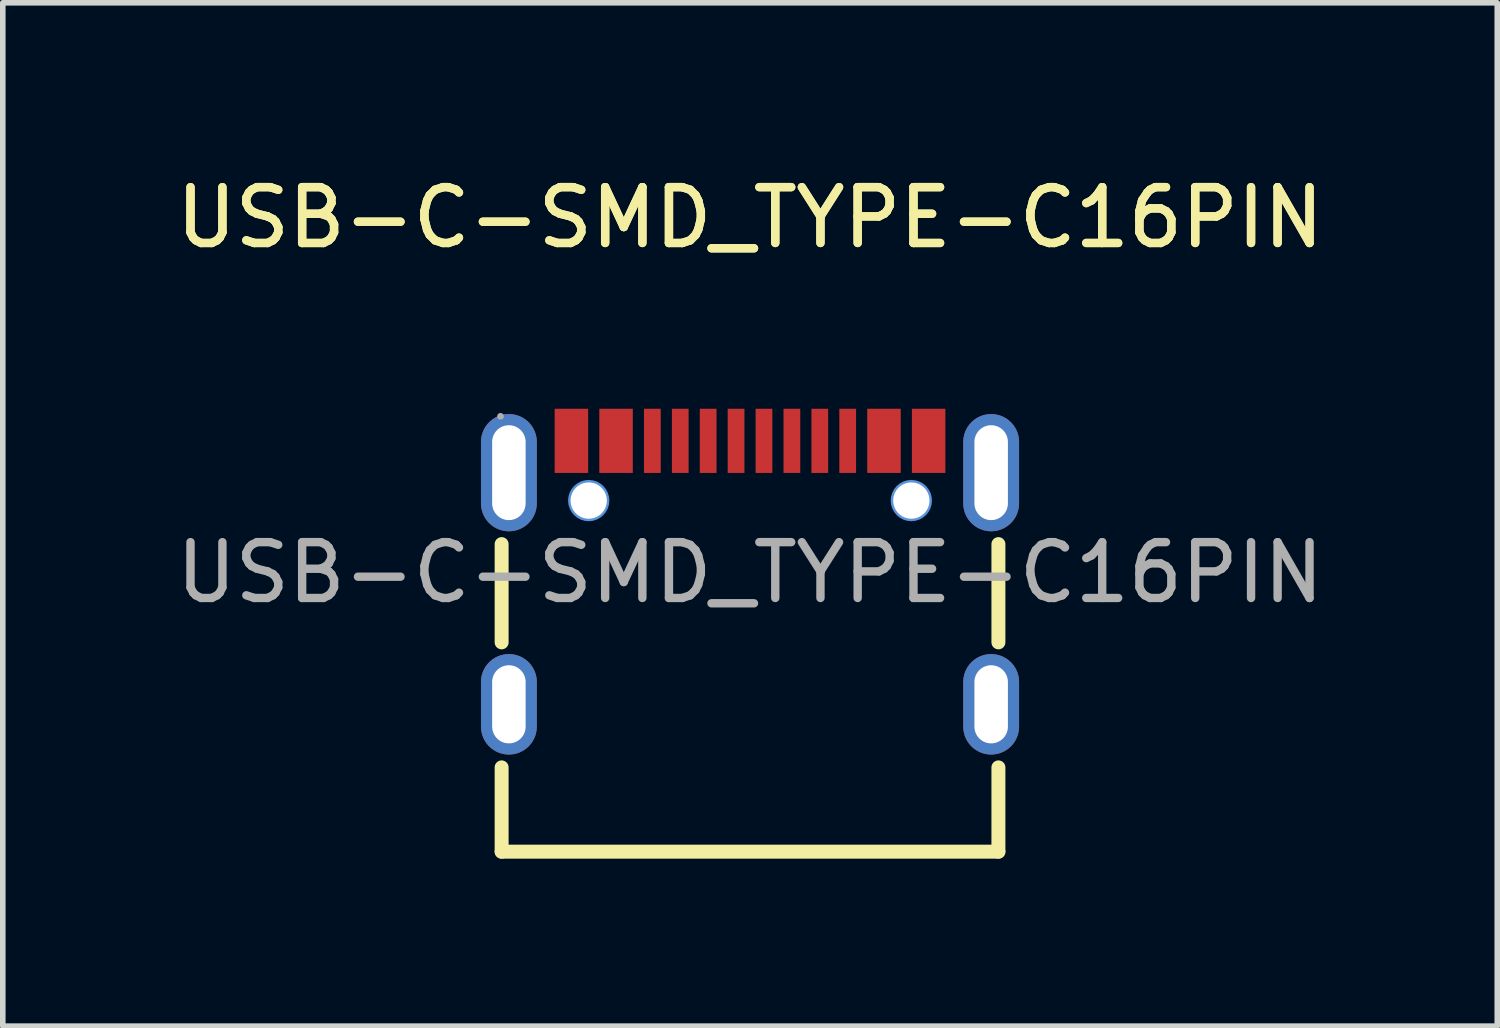
<source format=kicad_pcb>
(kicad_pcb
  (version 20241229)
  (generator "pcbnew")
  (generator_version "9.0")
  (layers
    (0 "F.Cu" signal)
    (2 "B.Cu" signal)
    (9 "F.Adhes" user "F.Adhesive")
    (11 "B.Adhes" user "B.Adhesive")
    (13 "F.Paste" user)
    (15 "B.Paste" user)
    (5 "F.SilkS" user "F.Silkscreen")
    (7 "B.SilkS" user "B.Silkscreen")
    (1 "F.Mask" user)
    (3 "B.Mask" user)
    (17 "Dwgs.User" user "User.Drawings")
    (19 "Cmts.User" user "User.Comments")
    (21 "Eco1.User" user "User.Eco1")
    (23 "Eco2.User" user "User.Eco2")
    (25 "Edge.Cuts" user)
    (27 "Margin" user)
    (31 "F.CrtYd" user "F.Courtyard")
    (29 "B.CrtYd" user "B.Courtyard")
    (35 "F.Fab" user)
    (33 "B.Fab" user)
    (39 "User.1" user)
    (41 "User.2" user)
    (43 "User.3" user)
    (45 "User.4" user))
  (footprint "USB-C-SMD_TYPE-C16PIN"
    (layer "F.Cu")
    (at 10.387 7.208)
    (property "Reference" "USB-C-SMD_TYPE-C16PIN" (at 0 -6.36 0) (layer "F.SilkS") (effects (font (size 1 1) (thickness 0.15))))
    (attr smd)
    (fp_line (start -4.45 -0.51) (end -4.45 1.25) (stroke (width 0.25) (type solid)) (layer "F.SilkS"))
    (fp_line (start -4.45 3.49) (end -4.45 5) (stroke (width 0.25) (type solid)) (layer "F.SilkS"))
    (fp_line (start -4.45 5) (end 4.45 5) (stroke (width 0.25) (type solid)) (layer "F.SilkS"))
    (fp_line (start 4.45 1.25) (end 4.45 -0.51) (stroke (width 0.25) (type solid)) (layer "F.SilkS"))
    (fp_line (start 4.45 5) (end 4.45 3.49) (stroke (width 0.25) (type solid)) (layer "F.SilkS"))
    (fp_circle (center -2.89 -1.29) (end -2.77 -1.29) (stroke (width 0.25) (type solid)) (fill no) (layer "Cmts.User"))
    (fp_circle (center 2.89 -1.29) (end 3.01 -1.29) (stroke (width 0.25) (type solid)) (fill no) (layer "Cmts.User"))
    (fp_circle (center -4.47 -2.8) (end -4.44 -2.8) (stroke (width 0.06) (type solid)) (fill no) (layer "F.Fab"))
    (fp_text user "${REFERENCE}" (at 0 -6.36 0) (layer "F.SilkS") (effects (font (size 1 1) (thickness 0.15))))
    (fp_text user "${REFERENCE}" (at 0 0 0) (layer "F.Fab") (effects (font (size 1 1) (thickness 0.15))))
    (pad "" thru_hole circle (at -2.89 -1.29) (size 0.65 0.65) (drill 0.65) (layers "*.Cu" "*.Mask"))
    (pad "" thru_hole circle (at 2.89 -1.29) (size 0.65 0.65) (drill 0.65) (layers "*.Cu" "*.Mask"))
    (pad "1" thru_hole oval (at -4.32 -1.79) (size 1 2.1) (drill oval 0.6 1.7) (layers "*.Cu" "*.Mask"))
    (pad "2" thru_hole oval (at 4.32 -1.79) (size 1 2.1) (drill oval 0.6 1.7) (layers "*.Cu" "*.Mask"))
    (pad "3" thru_hole oval (at -4.32 2.36) (size 1 1.8) (drill oval 0.6 1.4) (layers "*.Cu" "*.Mask"))
    (pad "4" thru_hole oval (at 4.32 2.36) (size 1 1.8) (drill oval 0.6 1.4) (layers "*.Cu" "*.Mask"))
    (pad "A1B12" smd rect (at -3.2 -2.36) (size 0.6 1.15) (layers "F.Cu" "F.Mask" "F.Paste"))
    (pad "A4B9" smd rect (at -2.4 -2.36) (size 0.6 1.15) (layers "F.Cu" "F.Mask" "F.Paste"))
    (pad "A5" smd rect (at -1.25 -2.36) (size 0.3 1.15) (layers "F.Cu" "F.Mask" "F.Paste"))
    (pad "A6" smd rect (at -0.25 -2.36) (size 0.3 1.15) (layers "F.Cu" "F.Mask" "F.Paste"))
    (pad "A7" smd rect (at 0.25 -2.36) (size 0.3 1.15) (layers "F.Cu" "F.Mask" "F.Paste"))
    (pad "A8" smd rect (at 1.25 -2.36) (size 0.3 1.15) (layers "F.Cu" "F.Mask" "F.Paste"))
    (pad "B1A12" smd rect (at 3.2 -2.36) (size 0.6 1.15) (layers "F.Cu" "F.Mask" "F.Paste"))
    (pad "B4A9" smd rect (at 2.4 -2.36) (size 0.6 1.15) (layers "F.Cu" "F.Mask" "F.Paste"))
    (pad "B5" smd rect (at 1.75 -2.36) (size 0.3 1.15) (layers "F.Cu" "F.Mask" "F.Paste"))
    (pad "B6" smd rect (at 0.75 -2.36) (size 0.3 1.15) (layers "F.Cu" "F.Mask" "F.Paste"))
    (pad "B7" smd rect (at -0.75 -2.36) (size 0.3 1.15) (layers "F.Cu" "F.Mask" "F.Paste"))
    (pad "B8" smd rect (at -1.75 -2.36) (size 0.3 1.15) (layers "F.Cu" "F.Mask" "F.Paste")))
  (gr_rect
    (start -3 -3)
    (end 23.774 15.333)
    (stroke (width 0.1) (type default))
    (fill no)
    (layer "Edge.Cuts")))
</source>
